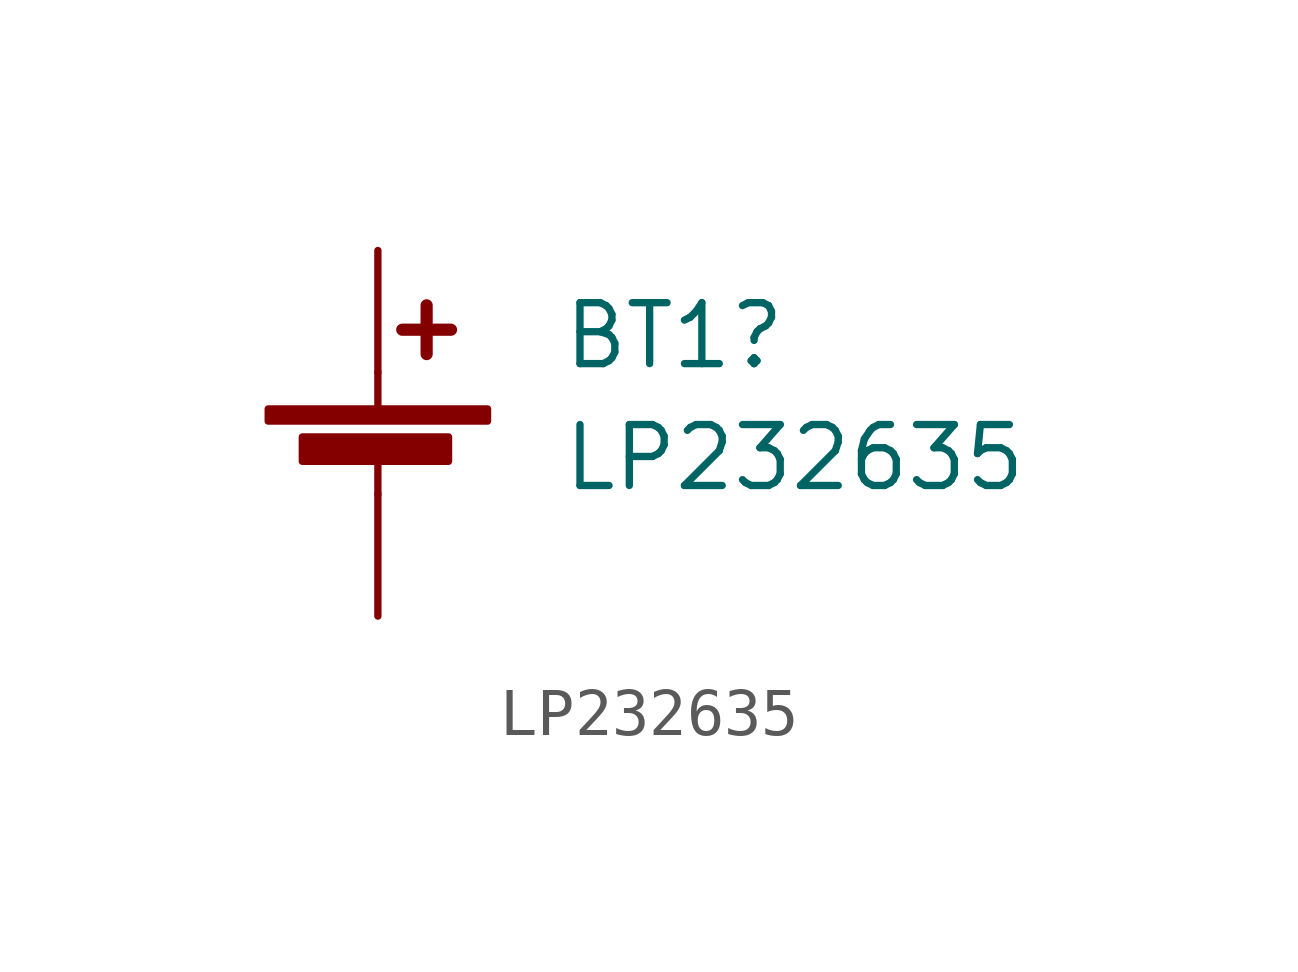
<source format=kicad_sym>
(kicad_symbol_lib
  (version 20211014)
  (generator kicad_symbol_editor)
  (symbol "LP232635"
    (pin_numbers hide)
    (pin_names
      (offset 0) hide)
    (property "Reference" "BT1"
      (at 3.81 3.302 0)
      (effects (font (size 1.27 1.27)) (justify left)))
    (property "Value" "LP232635"
      (at 3.81 0.762 0)
      (effects (font (size 1.27 1.27)) (justify left)))
    (symbol "LP232635_0_1"
      (rectangle (start -2.286 1.778) (end 2.286 1.524) (stroke (width 0) (type default) (color 0 0 0 0)) (fill (type outline)))
      (rectangle (start -1.575 1.194) (end 1.473 0.686) (stroke (width 0) (type default) (color 0 0 0 0)) (fill (type outline)))
      (polyline (pts (xy 0 0.762) (xy 0 0)) (stroke (width 0) (type default) (color 0 0 0 0)) (fill (type none)))
      (polyline (pts (xy 0 1.778) (xy 0 2.54)) (stroke (width 0) (type default) (color 0 0 0 0)) (fill (type none)))
      (polyline (pts (xy 0.508 3.429) (xy 1.524 3.429)) (stroke (width 0.254) (type default) (color 0 0 0 0)) (fill (type none)))
      (polyline (pts (xy 1.016 3.937) (xy 1.016 2.921)) (stroke (width 0.254) (type default) (color 0 0 0 0)) (fill (type none))))
    (symbol "LP232635_1_1"
      (pin passive line (at 0 -2.54 90) (length 2.54) (name "-" (effects (font (size 1.27 1.27)))) (number "1" (effects (font (size 1.27 1.27)))))
      (pin passive line (at 0 5.08 270) (length 2.54) (name "+" (effects (font (size 1.27 1.27)))) (number "2" (effects (font (size 1.27 1.27))))))))
</source>
